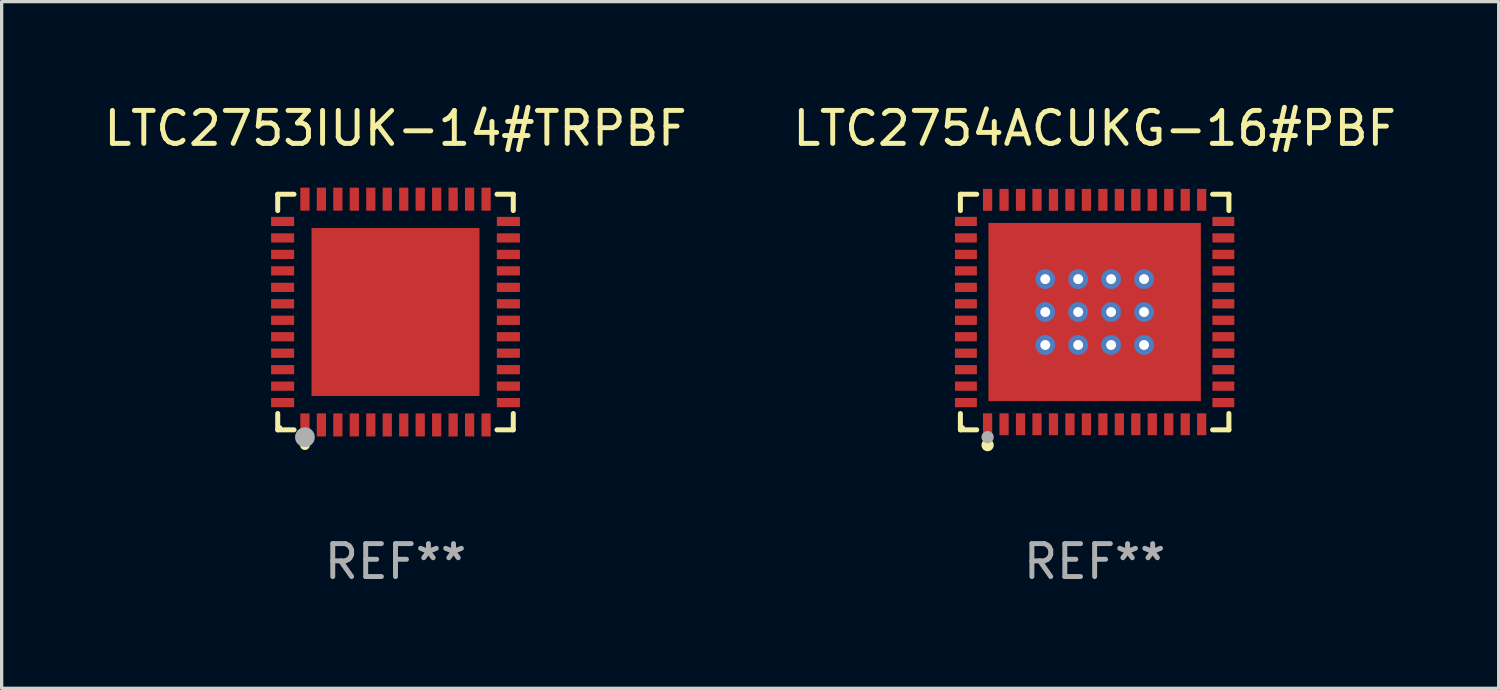
<source format=kicad_pcb>
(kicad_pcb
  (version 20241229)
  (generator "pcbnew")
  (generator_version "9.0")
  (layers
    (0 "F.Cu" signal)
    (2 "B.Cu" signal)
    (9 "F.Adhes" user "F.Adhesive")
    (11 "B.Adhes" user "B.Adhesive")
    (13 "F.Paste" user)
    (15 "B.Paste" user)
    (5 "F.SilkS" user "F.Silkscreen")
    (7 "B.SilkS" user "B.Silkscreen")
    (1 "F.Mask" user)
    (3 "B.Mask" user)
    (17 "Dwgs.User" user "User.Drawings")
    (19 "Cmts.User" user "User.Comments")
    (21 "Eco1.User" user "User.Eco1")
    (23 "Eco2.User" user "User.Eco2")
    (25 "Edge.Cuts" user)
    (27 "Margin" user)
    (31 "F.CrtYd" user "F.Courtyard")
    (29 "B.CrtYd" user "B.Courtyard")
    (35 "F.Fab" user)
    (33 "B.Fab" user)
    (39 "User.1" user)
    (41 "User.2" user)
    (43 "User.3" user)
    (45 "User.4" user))
  (footprint "LTC2753IUK-14#TRPBF"
    (layer "F.Cu")
    (at 8.958 6.424)
    (property "Reference" "LTC2753IUK-14#TRPBF" (at 0 -5.576 0) (layer "F.SilkS") (effects (font (size 1 1) (thickness 0.15))))
    (attr through_hole)
    (fp_line (start -3.576 -3.576) (end -3.081 -3.576) (stroke (width 0.152) (type solid)) (layer "F.SilkS"))
    (fp_line (start -3.576 -3.081) (end -3.576 -3.576) (stroke (width 0.152) (type solid)) (layer "F.SilkS"))
    (fp_line (start -3.576 3.081) (end -3.576 3.576) (stroke (width 0.152) (type solid)) (layer "F.SilkS"))
    (fp_line (start -3.576 3.576) (end -3.081 3.576) (stroke (width 0.152) (type solid)) (layer "F.SilkS"))
    (fp_line (start 3.576 -3.576) (end 3.081 -3.576) (stroke (width 0.152) (type solid)) (layer "F.SilkS"))
    (fp_line (start 3.576 -3.081) (end 3.576 -3.576) (stroke (width 0.152) (type solid)) (layer "F.SilkS"))
    (fp_line (start 3.576 3.081) (end 3.576 3.576) (stroke (width 0.152) (type solid)) (layer "F.SilkS"))
    (fp_line (start 3.576 3.576) (end 3.081 3.576) (stroke (width 0.152) (type solid)) (layer "F.SilkS"))
    (fp_circle (center -3.5 3.5) (end -3.47 3.5) (stroke (width 0.06) (type solid)) (fill no) (layer "F.SilkS"))
    (fp_circle (center -2.75 4.04) (end -2.675 4.04) (stroke (width 0.15) (type solid)) (fill no) (layer "F.SilkS"))
    (fp_circle (center -2.75 3.8) (end -2.6 3.8) (stroke (width 0.3) (type solid)) (fill no) (layer "F.Fab"))
    (fp_text user "REF**" (at 0 7.576 0) (layer "F.Fab") (effects (font (size 1 1) (thickness 0.15))))
    (pad "1" smd rect (at -2.75 3.427) (size 0.28 0.7) (layers "F.Cu" "F.Mask" "F.Paste"))
    (pad "2" smd rect (at -2.25 3.427) (size 0.28 0.7) (layers "F.Cu" "F.Mask" "F.Paste"))
    (pad "3" smd rect (at -1.75 3.427) (size 0.28 0.7) (layers "F.Cu" "F.Mask" "F.Paste"))
    (pad "4" smd rect (at -1.25 3.427) (size 0.28 0.7) (layers "F.Cu" "F.Mask" "F.Paste"))
    (pad "5" smd rect (at -0.75 3.427) (size 0.28 0.7) (layers "F.Cu" "F.Mask" "F.Paste"))
    (pad "6" smd rect (at -0.25 3.427) (size 0.28 0.7) (layers "F.Cu" "F.Mask" "F.Paste"))
    (pad "7" smd rect (at 0.25 3.427) (size 0.28 0.7) (layers "F.Cu" "F.Mask" "F.Paste"))
    (pad "8" smd rect (at 0.75 3.427) (size 0.28 0.7) (layers "F.Cu" "F.Mask" "F.Paste"))
    (pad "9" smd rect (at 1.25 3.427) (size 0.28 0.7) (layers "F.Cu" "F.Mask" "F.Paste"))
    (pad "10" smd rect (at 1.75 3.427) (size 0.28 0.7) (layers "F.Cu" "F.Mask" "F.Paste"))
    (pad "11" smd rect (at 2.25 3.427) (size 0.28 0.7) (layers "F.Cu" "F.Mask" "F.Paste"))
    (pad "12" smd rect (at 2.75 3.427) (size 0.28 0.7) (layers "F.Cu" "F.Mask" "F.Paste"))
    (pad "13" smd rect (at 3.427 2.75) (size 0.7 0.28) (layers "F.Cu" "F.Mask" "F.Paste"))
    (pad "14" smd rect (at 3.427 2.25) (size 0.7 0.28) (layers "F.Cu" "F.Mask" "F.Paste"))
    (pad "15" smd rect (at 3.427 1.75) (size 0.7 0.28) (layers "F.Cu" "F.Mask" "F.Paste"))
    (pad "16" smd rect (at 3.427 1.25) (size 0.7 0.28) (layers "F.Cu" "F.Mask" "F.Paste"))
    (pad "17" smd rect (at 3.427 0.75) (size 0.7 0.28) (layers "F.Cu" "F.Mask" "F.Paste"))
    (pad "18" smd rect (at 3.427 0.25) (size 0.7 0.28) (layers "F.Cu" "F.Mask" "F.Paste"))
    (pad "19" smd rect (at 3.427 -0.25) (size 0.7 0.28) (layers "F.Cu" "F.Mask" "F.Paste"))
    (pad "20" smd rect (at 3.427 -0.75) (size 0.7 0.28) (layers "F.Cu" "F.Mask" "F.Paste"))
    (pad "21" smd rect (at 3.427 -1.25) (size 0.7 0.28) (layers "F.Cu" "F.Mask" "F.Paste"))
    (pad "22" smd rect (at 3.427 -1.75) (size 0.7 0.28) (layers "F.Cu" "F.Mask" "F.Paste"))
    (pad "23" smd rect (at 3.427 -2.25) (size 0.7 0.28) (layers "F.Cu" "F.Mask" "F.Paste"))
    (pad "24" smd rect (at 3.427 -2.75) (size 0.7 0.28) (layers "F.Cu" "F.Mask" "F.Paste"))
    (pad "25" smd rect (at 2.75 -3.427) (size 0.28 0.7) (layers "F.Cu" "F.Mask" "F.Paste"))
    (pad "26" smd rect (at 2.25 -3.427) (size 0.28 0.7) (layers "F.Cu" "F.Mask" "F.Paste"))
    (pad "27" smd rect (at 1.75 -3.427) (size 0.28 0.7) (layers "F.Cu" "F.Mask" "F.Paste"))
    (pad "28" smd rect (at 1.25 -3.427) (size 0.28 0.7) (layers "F.Cu" "F.Mask" "F.Paste"))
    (pad "29" smd rect (at 0.75 -3.427) (size 0.28 0.7) (layers "F.Cu" "F.Mask" "F.Paste"))
    (pad "30" smd rect (at 0.25 -3.427) (size 0.28 0.7) (layers "F.Cu" "F.Mask" "F.Paste"))
    (pad "31" smd rect (at -0.25 -3.427) (size 0.28 0.7) (layers "F.Cu" "F.Mask" "F.Paste"))
    (pad "32" smd rect (at -0.75 -3.427) (size 0.28 0.7) (layers "F.Cu" "F.Mask" "F.Paste"))
    (pad "33" smd rect (at -1.25 -3.427) (size 0.28 0.7) (layers "F.Cu" "F.Mask" "F.Paste"))
    (pad "34" smd rect (at -1.75 -3.427) (size 0.28 0.7) (layers "F.Cu" "F.Mask" "F.Paste"))
    (pad "35" smd rect (at -2.25 -3.427) (size 0.28 0.7) (layers "F.Cu" "F.Mask" "F.Paste"))
    (pad "36" smd rect (at -2.75 -3.427) (size 0.28 0.7) (layers "F.Cu" "F.Mask" "F.Paste"))
    (pad "37" smd rect (at -3.427 -2.75) (size 0.7 0.28) (layers "F.Cu" "F.Mask" "F.Paste"))
    (pad "38" smd rect (at -3.427 -2.25) (size 0.7 0.28) (layers "F.Cu" "F.Mask" "F.Paste"))
    (pad "39" smd rect (at -3.427 -1.75) (size 0.7 0.28) (layers "F.Cu" "F.Mask" "F.Paste"))
    (pad "40" smd rect (at -3.427 -1.25) (size 0.7 0.28) (layers "F.Cu" "F.Mask" "F.Paste"))
    (pad "41" smd rect (at -3.427 -0.75) (size 0.7 0.28) (layers "F.Cu" "F.Mask" "F.Paste"))
    (pad "42" smd rect (at -3.427 -0.25) (size 0.7 0.28) (layers "F.Cu" "F.Mask" "F.Paste"))
    (pad "43" smd rect (at -3.427 0.25) (size 0.7 0.28) (layers "F.Cu" "F.Mask" "F.Paste"))
    (pad "44" smd rect (at -3.427 0.75) (size 0.7 0.28) (layers "F.Cu" "F.Mask" "F.Paste"))
    (pad "45" smd rect (at -3.427 1.25) (size 0.7 0.28) (layers "F.Cu" "F.Mask" "F.Paste"))
    (pad "46" smd rect (at -3.427 1.75) (size 0.7 0.28) (layers "F.Cu" "F.Mask" "F.Paste"))
    (pad "47" smd rect (at -3.427 2.25) (size 0.7 0.28) (layers "F.Cu" "F.Mask" "F.Paste"))
    (pad "48" smd rect (at -3.427 2.75) (size 0.7 0.28) (layers "F.Cu" "F.Mask" "F.Paste"))
    (pad "49" smd rect (at 0 0) (size 5.1 5.1) (layers "F.Cu" "F.Mask" "F.Paste")))
  (footprint "LTC2754ACUKG-16#PBF"
    (layer "F.Cu")
    (at 30.185 6.424)
    (property "Reference" "LTC2754ACUKG-16#PBF" (at 0 -5.576 0) (layer "F.SilkS") (effects (font (size 1 1) (thickness 0.15))))
    (attr through_hole)
    (fp_line (start -4.076 -3.576) (end -3.581 -3.576) (stroke (width 0.152) (type solid)) (layer "F.SilkS"))
    (fp_line (start -4.076 -3.081) (end -4.076 -3.576) (stroke (width 0.152) (type solid)) (layer "F.SilkS"))
    (fp_line (start -4.076 3.081) (end -4.076 3.576) (stroke (width 0.152) (type solid)) (layer "F.SilkS"))
    (fp_line (start -4.076 3.576) (end -3.581 3.576) (stroke (width 0.152) (type solid)) (layer "F.SilkS"))
    (fp_line (start 4.076 -3.576) (end 3.581 -3.576) (stroke (width 0.152) (type solid)) (layer "F.SilkS"))
    (fp_line (start 4.076 -3.081) (end 4.076 -3.576) (stroke (width 0.152) (type solid)) (layer "F.SilkS"))
    (fp_line (start 4.076 3.081) (end 4.076 3.576) (stroke (width 0.152) (type solid)) (layer "F.SilkS"))
    (fp_line (start 4.076 3.576) (end 3.581 3.576) (stroke (width 0.152) (type solid)) (layer "F.SilkS"))
    (fp_circle (center -4 3.5) (end -3.97 3.5) (stroke (width 0.06) (type solid)) (fill no) (layer "F.SilkS"))
    (fp_circle (center -3.25 4.04) (end -3.156 4.04) (stroke (width 0.188) (type solid)) (fill no) (layer "F.SilkS"))
    (fp_circle (center -3.25 3.8) (end -3.156 3.8) (stroke (width 0.188) (type solid)) (fill no) (layer "F.Fab"))
    (fp_text user "REF**" (at 0 7.576 0) (layer "F.Fab") (effects (font (size 1 1) (thickness 0.15))))
    (pad "1" smd rect (at -3.25 3.407) (size 0.28 0.665) (layers "F.Cu" "F.Mask" "F.Paste"))
    (pad "2" smd rect (at -2.75 3.407) (size 0.28 0.665) (layers "F.Cu" "F.Mask" "F.Paste"))
    (pad "3" smd rect (at -2.25 3.407) (size 0.28 0.665) (layers "F.Cu" "F.Mask" "F.Paste"))
    (pad "4" smd rect (at -1.75 3.407) (size 0.28 0.665) (layers "F.Cu" "F.Mask" "F.Paste"))
    (pad "5" smd rect (at -1.25 3.407) (size 0.28 0.665) (layers "F.Cu" "F.Mask" "F.Paste"))
    (pad "6" smd rect (at -0.75 3.407) (size 0.28 0.665) (layers "F.Cu" "F.Mask" "F.Paste"))
    (pad "7" smd rect (at -0.25 3.407) (size 0.28 0.665) (layers "F.Cu" "F.Mask" "F.Paste"))
    (pad "8" smd rect (at 0.25 3.407) (size 0.28 0.665) (layers "F.Cu" "F.Mask" "F.Paste"))
    (pad "9" smd rect (at 0.75 3.407) (size 0.28 0.665) (layers "F.Cu" "F.Mask" "F.Paste"))
    (pad "10" smd rect (at 1.25 3.407) (size 0.28 0.665) (layers "F.Cu" "F.Mask" "F.Paste"))
    (pad "11" smd rect (at 1.75 3.407) (size 0.28 0.665) (layers "F.Cu" "F.Mask" "F.Paste"))
    (pad "12" smd rect (at 2.25 3.407) (size 0.28 0.665) (layers "F.Cu" "F.Mask" "F.Paste"))
    (pad "13" smd rect (at 2.75 3.407) (size 0.28 0.665) (layers "F.Cu" "F.Mask" "F.Paste"))
    (pad "14" smd rect (at 3.25 3.407) (size 0.28 0.665) (layers "F.Cu" "F.Mask" "F.Paste"))
    (pad "15" smd rect (at 3.908 2.75) (size 0.665 0.28) (layers "F.Cu" "F.Mask" "F.Paste"))
    (pad "16" smd rect (at 3.908 2.25) (size 0.665 0.28) (layers "F.Cu" "F.Mask" "F.Paste"))
    (pad "17" smd rect (at 3.908 1.75) (size 0.665 0.28) (layers "F.Cu" "F.Mask" "F.Paste"))
    (pad "18" smd rect (at 3.908 1.25) (size 0.665 0.28) (layers "F.Cu" "F.Mask" "F.Paste"))
    (pad "19" smd rect (at 3.908 0.75) (size 0.665 0.28) (layers "F.Cu" "F.Mask" "F.Paste"))
    (pad "20" smd rect (at 3.908 0.25) (size 0.665 0.28) (layers "F.Cu" "F.Mask" "F.Paste"))
    (pad "21" smd rect (at 3.908 -0.25) (size 0.665 0.28) (layers "F.Cu" "F.Mask" "F.Paste"))
    (pad "22" smd rect (at 3.908 -0.75) (size 0.665 0.28) (layers "F.Cu" "F.Mask" "F.Paste"))
    (pad "23" smd rect (at 3.908 -1.25) (size 0.665 0.28) (layers "F.Cu" "F.Mask" "F.Paste"))
    (pad "24" smd rect (at 3.908 -1.75) (size 0.665 0.28) (layers "F.Cu" "F.Mask" "F.Paste"))
    (pad "25" smd rect (at 3.908 -2.25) (size 0.665 0.28) (layers "F.Cu" "F.Mask" "F.Paste"))
    (pad "26" smd rect (at 3.908 -2.75) (size 0.665 0.28) (layers "F.Cu" "F.Mask" "F.Paste"))
    (pad "27" smd rect (at 3.25 -3.407) (size 0.28 0.665) (layers "F.Cu" "F.Mask" "F.Paste"))
    (pad "28" smd rect (at 2.75 -3.407) (size 0.28 0.665) (layers "F.Cu" "F.Mask" "F.Paste"))
    (pad "29" smd rect (at 2.25 -3.407) (size 0.28 0.665) (layers "F.Cu" "F.Mask" "F.Paste"))
    (pad "30" smd rect (at 1.75 -3.407) (size 0.28 0.665) (layers "F.Cu" "F.Mask" "F.Paste"))
    (pad "31" smd rect (at 1.25 -3.407) (size 0.28 0.665) (layers "F.Cu" "F.Mask" "F.Paste"))
    (pad "32" smd rect (at 0.75 -3.407) (size 0.28 0.665) (layers "F.Cu" "F.Mask" "F.Paste"))
    (pad "33" smd rect (at 0.25 -3.407) (size 0.28 0.665) (layers "F.Cu" "F.Mask" "F.Paste"))
    (pad "34" smd rect (at -0.25 -3.407) (size 0.28 0.665) (layers "F.Cu" "F.Mask" "F.Paste"))
    (pad "35" smd rect (at -0.75 -3.407) (size 0.28 0.665) (layers "F.Cu" "F.Mask" "F.Paste"))
    (pad "36" smd rect (at -1.25 -3.407) (size 0.28 0.665) (layers "F.Cu" "F.Mask" "F.Paste"))
    (pad "37" smd rect (at -1.75 -3.407) (size 0.28 0.665) (layers "F.Cu" "F.Mask" "F.Paste"))
    (pad "38" smd rect (at -2.25 -3.407) (size 0.28 0.665) (layers "F.Cu" "F.Mask" "F.Paste"))
    (pad "39" smd rect (at -2.75 -3.407) (size 0.28 0.665) (layers "F.Cu" "F.Mask" "F.Paste"))
    (pad "40" smd rect (at -3.25 -3.407) (size 0.28 0.665) (layers "F.Cu" "F.Mask" "F.Paste"))
    (pad "41" smd rect (at -3.908 -2.75) (size 0.665 0.28) (layers "F.Cu" "F.Mask" "F.Paste"))
    (pad "42" smd rect (at -3.908 -2.25) (size 0.665 0.28) (layers "F.Cu" "F.Mask" "F.Paste"))
    (pad "43" smd rect (at -3.908 -1.75) (size 0.665 0.28) (layers "F.Cu" "F.Mask" "F.Paste"))
    (pad "44" smd rect (at -3.908 -1.25) (size 0.665 0.28) (layers "F.Cu" "F.Mask" "F.Paste"))
    (pad "45" smd rect (at -3.908 -0.75) (size 0.665 0.28) (layers "F.Cu" "F.Mask" "F.Paste"))
    (pad "46" smd rect (at -3.908 -0.25) (size 0.665 0.28) (layers "F.Cu" "F.Mask" "F.Paste"))
    (pad "47" smd rect (at -3.908 0.25) (size 0.665 0.28) (layers "F.Cu" "F.Mask" "F.Paste"))
    (pad "48" smd rect (at -3.908 0.75) (size 0.665 0.28) (layers "F.Cu" "F.Mask" "F.Paste"))
    (pad "49" smd rect (at -3.908 1.25) (size 0.665 0.28) (layers "F.Cu" "F.Mask" "F.Paste"))
    (pad "50" smd rect (at -3.908 1.75) (size 0.665 0.28) (layers "F.Cu" "F.Mask" "F.Paste"))
    (pad "51" smd rect (at -3.908 2.25) (size 0.665 0.28) (layers "F.Cu" "F.Mask" "F.Paste"))
    (pad "52" smd rect (at -3.908 2.75) (size 0.665 0.28) (layers "F.Cu" "F.Mask" "F.Paste"))
    (pad "53" thru_hole circle (at -1.5 -1) (size 0.6 0.6) (drill 0.3) (layers "*.Cu" "*.Mask"))
    (pad "53" thru_hole circle (at -1.5 0) (size 0.6 0.6) (drill 0.3) (layers "*.Cu" "*.Mask"))
    (pad "53" thru_hole circle (at -1.5 1) (size 0.6 0.6) (drill 0.3) (layers "*.Cu" "*.Mask"))
    (pad "53" thru_hole circle (at -0.5 -1) (size 0.6 0.6) (drill 0.3) (layers "*.Cu" "*.Mask"))
    (pad "53" thru_hole circle (at -0.5 0) (size 0.6 0.6) (drill 0.3) (layers "*.Cu" "*.Mask"))
    (pad "53" thru_hole circle (at -0.5 1) (size 0.6 0.6) (drill 0.3) (layers "*.Cu" "*.Mask"))
    (pad "53" smd rect (at 0 0) (size 6.45 5.41) (layers "F.Cu" "F.Mask" "F.Paste"))
    (pad "53" thru_hole circle (at 0.5 -1) (size 0.6 0.6) (drill 0.3) (layers "*.Cu" "*.Mask"))
    (pad "53" thru_hole circle (at 0.5 0) (size 0.6 0.6) (drill 0.3) (layers "*.Cu" "*.Mask"))
    (pad "53" thru_hole circle (at 0.5 1) (size 0.6 0.6) (drill 0.3) (layers "*.Cu" "*.Mask"))
    (pad "53" thru_hole circle (at 1.5 -1) (size 0.6 0.6) (drill 0.3) (layers "*.Cu" "*.Mask"))
    (pad "53" thru_hole circle (at 1.5 0) (size 0.6 0.6) (drill 0.3) (layers "*.Cu" "*.Mask"))
    (pad "53" thru_hole circle (at 1.5 1) (size 0.6 0.6) (drill 0.3) (layers "*.Cu" "*.Mask")))
  (gr_rect
    (start -3 -3)
    (end 42.452 17.849)
    (stroke (width 0.1) (type default))
    (fill no)
    (layer "Edge.Cuts")))
</source>
